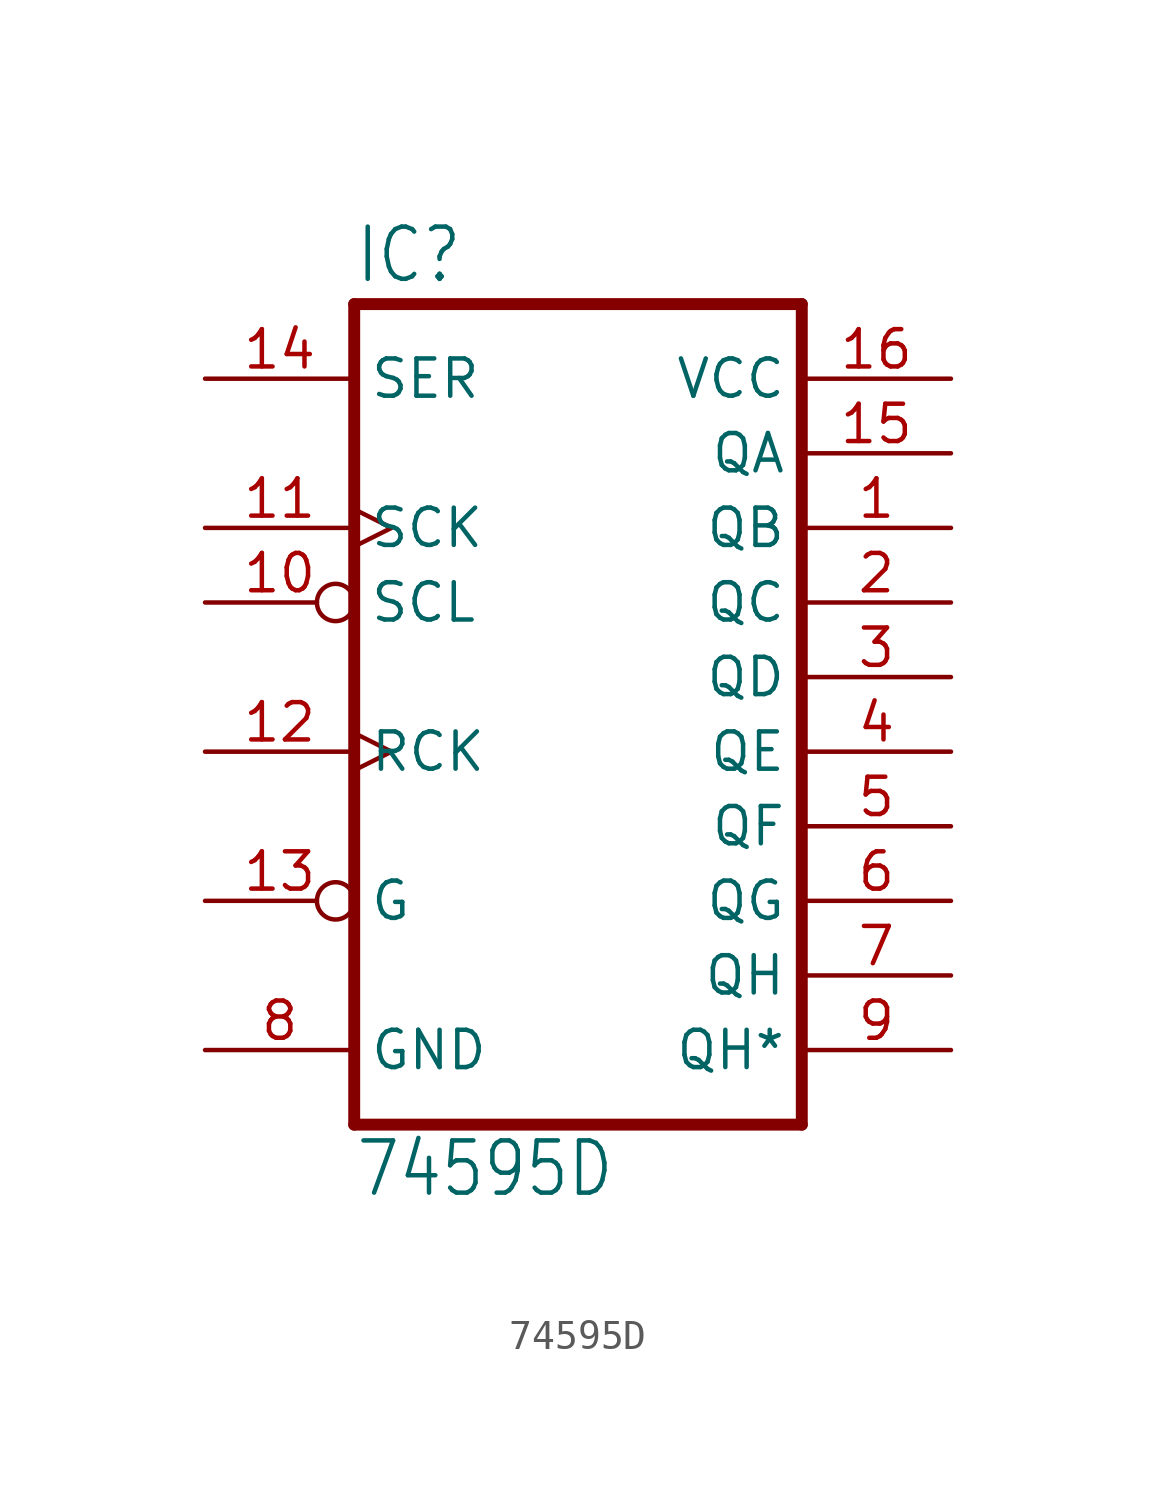
<source format=kicad_sym>
(kicad_symbol_lib
  (version 20211014)
  (generator kicad_symbol_editor)
  (symbol "74595D"
    (property "Reference" "IC"
      (at -5.08 13.335 0)
      (effects (font (size 1.778 1.511)) (justify left bottom)))
    (property "Value" "74595D"
      (at -5.08 -17.78 0)
      (effects (font (size 1.778 1.511)) (justify left bottom)))
    (property "ki_locked" ""
      (at 0 0 0)
      (effects (font (size 1.27 1.27))))
    (symbol "74595D_1_0"
      (polyline (pts (xy -5.08 -15.24) (xy 10.16 -15.24)) (stroke (width 0.406) (type default) (color 0 0 0 0)) (fill (type none)))
      (polyline (pts (xy -5.08 12.7) (xy -5.08 -15.24)) (stroke (width 0.406) (type default) (color 0 0 0 0)) (fill (type none)))
      (polyline (pts (xy 10.16 -15.24) (xy 10.16 12.7)) (stroke (width 0.406) (type default) (color 0 0 0 0)) (fill (type none)))
      (polyline (pts (xy 10.16 12.7) (xy -5.08 12.7)) (stroke (width 0.406) (type default) (color 0 0 0 0)) (fill (type none)))
      (pin tri_state line (at 15.24 5.08 180) (length 5.08) (name "QB" (effects (font (size 1.27 1.27)))) (number "1" (effects (font (size 1.27 1.27)))))
      (pin input inverted (at -10.16 2.54 0) (length 5.08) (name "SCL" (effects (font (size 1.27 1.27)))) (number "10" (effects (font (size 1.27 1.27)))))
      (pin input clock (at -10.16 5.08 0) (length 5.08) (name "SCK" (effects (font (size 1.27 1.27)))) (number "11" (effects (font (size 1.27 1.27)))))
      (pin input clock (at -10.16 -2.54 0) (length 5.08) (name "RCK" (effects (font (size 1.27 1.27)))) (number "12" (effects (font (size 1.27 1.27)))))
      (pin input inverted (at -10.16 -7.62 0) (length 5.08) (name "G" (effects (font (size 1.27 1.27)))) (number "13" (effects (font (size 1.27 1.27)))))
      (pin input line (at -10.16 10.16 0) (length 5.08) (name "SER" (effects (font (size 1.27 1.27)))) (number "14" (effects (font (size 1.27 1.27)))))
      (pin tri_state line (at 15.24 7.62 180) (length 5.08) (name "QA" (effects (font (size 1.27 1.27)))) (number "15" (effects (font (size 1.27 1.27)))))
      (pin power_in line (at 15.24 10.16 180) (length 5.08) (name "VCC" (effects (font (size 1.27 1.27)))) (number "16" (effects (font (size 1.27 1.27)))))
      (pin tri_state line (at 15.24 2.54 180) (length 5.08) (name "QC" (effects (font (size 1.27 1.27)))) (number "2" (effects (font (size 1.27 1.27)))))
      (pin tri_state line (at 15.24 0 180) (length 5.08) (name "QD" (effects (font (size 1.27 1.27)))) (number "3" (effects (font (size 1.27 1.27)))))
      (pin tri_state line (at 15.24 -2.54 180) (length 5.08) (name "QE" (effects (font (size 1.27 1.27)))) (number "4" (effects (font (size 1.27 1.27)))))
      (pin tri_state line (at 15.24 -5.08 180) (length 5.08) (name "QF" (effects (font (size 1.27 1.27)))) (number "5" (effects (font (size 1.27 1.27)))))
      (pin tri_state line (at 15.24 -7.62 180) (length 5.08) (name "QG" (effects (font (size 1.27 1.27)))) (number "6" (effects (font (size 1.27 1.27)))))
      (pin tri_state line (at 15.24 -10.16 180) (length 5.08) (name "QH" (effects (font (size 1.27 1.27)))) (number "7" (effects (font (size 1.27 1.27)))))
      (pin power_in line (at -10.16 -12.7 0) (length 5.08) (name "GND" (effects (font (size 1.27 1.27)))) (number "8" (effects (font (size 1.27 1.27)))))
      (pin tri_state line (at 15.24 -12.7 180) (length 5.08) (name "QH*" (effects (font (size 1.27 1.27)))) (number "9" (effects (font (size 1.27 1.27))))))))
</source>
